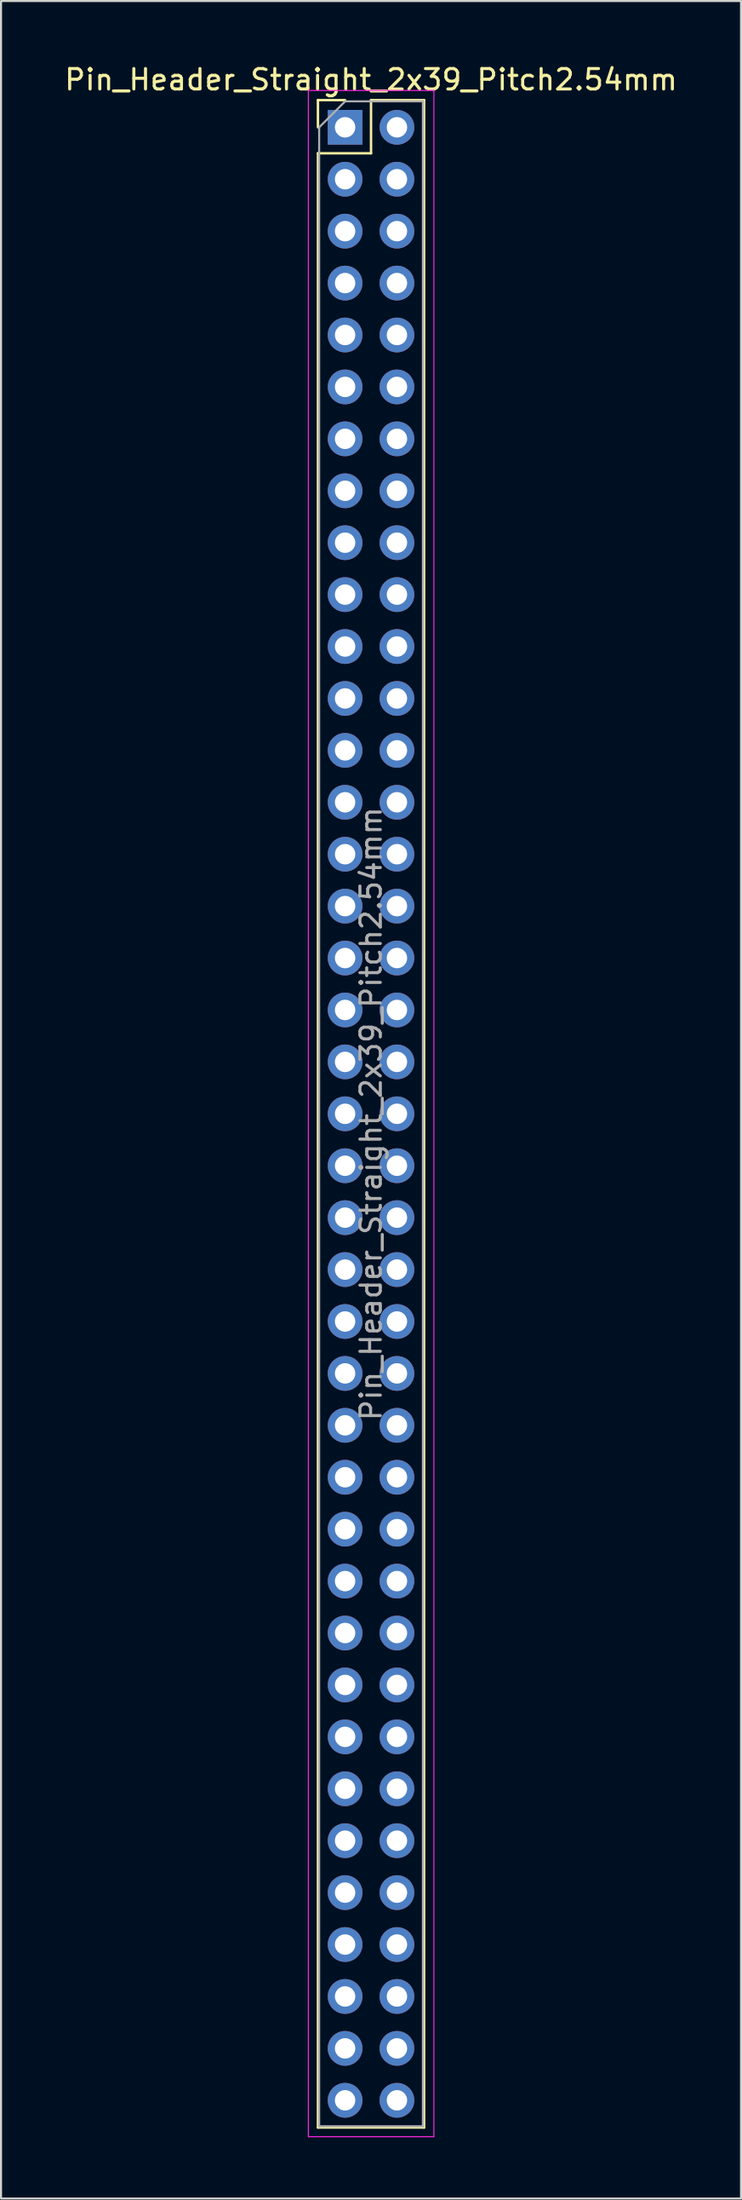
<source format=kicad_pcb>
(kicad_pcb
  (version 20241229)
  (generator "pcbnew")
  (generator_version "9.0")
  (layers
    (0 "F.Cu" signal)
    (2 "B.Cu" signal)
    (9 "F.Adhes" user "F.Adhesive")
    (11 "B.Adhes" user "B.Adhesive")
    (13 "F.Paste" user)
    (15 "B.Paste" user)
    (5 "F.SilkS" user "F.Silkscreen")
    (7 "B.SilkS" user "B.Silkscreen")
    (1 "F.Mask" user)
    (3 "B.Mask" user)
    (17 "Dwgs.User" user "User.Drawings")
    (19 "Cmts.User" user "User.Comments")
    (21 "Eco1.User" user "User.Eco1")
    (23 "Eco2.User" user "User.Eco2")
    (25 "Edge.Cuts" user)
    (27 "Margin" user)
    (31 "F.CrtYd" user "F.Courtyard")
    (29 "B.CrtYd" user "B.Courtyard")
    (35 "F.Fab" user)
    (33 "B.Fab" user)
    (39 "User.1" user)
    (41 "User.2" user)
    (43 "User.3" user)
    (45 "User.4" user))
  (footprint "Pin_Header_Straight_2x39_Pitch2.54mm"
    (layer "F.Cu")
    (at 13.855 3.178)
    (property "Reference" "Pin_Header_Straight_2x39_Pitch2.54mm" (at 1.27 -2.33 0) (layer "F.SilkS") (effects (font (size 1 1) (thickness 0.15))))
    (attr through_hole)
    (fp_line (start -1.33 -1.33) (end 0 -1.33) (stroke (width 0.12) (type solid)) (layer "F.SilkS"))
    (fp_line (start -1.33 0) (end -1.33 -1.33) (stroke (width 0.12) (type solid)) (layer "F.SilkS"))
    (fp_line (start -1.33 1.27) (end -1.33 97.85) (stroke (width 0.12) (type solid)) (layer "F.SilkS"))
    (fp_line (start -1.33 97.85) (end 3.87 97.85) (stroke (width 0.12) (type solid)) (layer "F.SilkS"))
    (fp_line (start 1.27 -1.33) (end 1.27 1.27) (stroke (width 0.12) (type solid)) (layer "F.SilkS"))
    (fp_line (start 1.27 1.27) (end -1.33 1.27) (stroke (width 0.12) (type solid)) (layer "F.SilkS"))
    (fp_line (start 3.87 -1.33) (end 1.27 -1.33) (stroke (width 0.12) (type solid)) (layer "F.SilkS"))
    (fp_line (start 3.87 97.85) (end 3.87 -1.33) (stroke (width 0.12) (type solid)) (layer "F.SilkS"))
    (fp_line (start -1.8 -1.8) (end -1.8 98.3) (stroke (width 0.05) (type solid)) (layer "F.CrtYd"))
    (fp_line (start -1.8 98.3) (end 4.35 98.3) (stroke (width 0.05) (type solid)) (layer "F.CrtYd"))
    (fp_line (start 4.35 -1.8) (end -1.8 -1.8) (stroke (width 0.05) (type solid)) (layer "F.CrtYd"))
    (fp_line (start 4.35 98.3) (end 4.35 -1.8) (stroke (width 0.05) (type solid)) (layer "F.CrtYd"))
    (fp_line (start -1.27 0) (end 0 -1.27) (stroke (width 0.1) (type solid)) (layer "F.Fab"))
    (fp_line (start -1.27 97.79) (end -1.27 0) (stroke (width 0.1) (type solid)) (layer "F.Fab"))
    (fp_line (start 0 -1.27) (end 3.81 -1.27) (stroke (width 0.1) (type solid)) (layer "F.Fab"))
    (fp_line (start 3.81 -1.27) (end 3.81 97.79) (stroke (width 0.1) (type solid)) (layer "F.Fab"))
    (fp_line (start 3.81 97.79) (end -1.27 97.79) (stroke (width 0.1) (type solid)) (layer "F.Fab"))
    (fp_text user "${REFERENCE}" (at 1.27 48.26 90) (layer "F.Fab") (effects (font (size 1 1) (thickness 0.15))))
    (pad "1" thru_hole rect (at 0 0) (size 1.7 1.7) (drill 1) (layers "*.Cu" "*.Mask"))
    (pad "2" thru_hole oval (at 2.54 0) (size 1.7 1.7) (drill 1) (layers "*.Cu" "*.Mask"))
    (pad "3" thru_hole oval (at 0 2.54) (size 1.7 1.7) (drill 1) (layers "*.Cu" "*.Mask"))
    (pad "4" thru_hole oval (at 2.54 2.54) (size 1.7 1.7) (drill 1) (layers "*.Cu" "*.Mask"))
    (pad "5" thru_hole oval (at 0 5.08) (size 1.7 1.7) (drill 1) (layers "*.Cu" "*.Mask"))
    (pad "6" thru_hole oval (at 2.54 5.08) (size 1.7 1.7) (drill 1) (layers "*.Cu" "*.Mask"))
    (pad "7" thru_hole oval (at 0 7.62) (size 1.7 1.7) (drill 1) (layers "*.Cu" "*.Mask"))
    (pad "8" thru_hole oval (at 2.54 7.62) (size 1.7 1.7) (drill 1) (layers "*.Cu" "*.Mask"))
    (pad "9" thru_hole oval (at 0 10.16) (size 1.7 1.7) (drill 1) (layers "*.Cu" "*.Mask"))
    (pad "10" thru_hole oval (at 2.54 10.16) (size 1.7 1.7) (drill 1) (layers "*.Cu" "*.Mask"))
    (pad "11" thru_hole oval (at 0 12.7) (size 1.7 1.7) (drill 1) (layers "*.Cu" "*.Mask"))
    (pad "12" thru_hole oval (at 2.54 12.7) (size 1.7 1.7) (drill 1) (layers "*.Cu" "*.Mask"))
    (pad "13" thru_hole oval (at 0 15.24) (size 1.7 1.7) (drill 1) (layers "*.Cu" "*.Mask"))
    (pad "14" thru_hole oval (at 2.54 15.24) (size 1.7 1.7) (drill 1) (layers "*.Cu" "*.Mask"))
    (pad "15" thru_hole oval (at 0 17.78) (size 1.7 1.7) (drill 1) (layers "*.Cu" "*.Mask"))
    (pad "16" thru_hole oval (at 2.54 17.78) (size 1.7 1.7) (drill 1) (layers "*.Cu" "*.Mask"))
    (pad "17" thru_hole oval (at 0 20.32) (size 1.7 1.7) (drill 1) (layers "*.Cu" "*.Mask"))
    (pad "18" thru_hole oval (at 2.54 20.32) (size 1.7 1.7) (drill 1) (layers "*.Cu" "*.Mask"))
    (pad "19" thru_hole oval (at 0 22.86) (size 1.7 1.7) (drill 1) (layers "*.Cu" "*.Mask"))
    (pad "20" thru_hole oval (at 2.54 22.86) (size 1.7 1.7) (drill 1) (layers "*.Cu" "*.Mask"))
    (pad "21" thru_hole oval (at 0 25.4) (size 1.7 1.7) (drill 1) (layers "*.Cu" "*.Mask"))
    (pad "22" thru_hole oval (at 2.54 25.4) (size 1.7 1.7) (drill 1) (layers "*.Cu" "*.Mask"))
    (pad "23" thru_hole oval (at 0 27.94) (size 1.7 1.7) (drill 1) (layers "*.Cu" "*.Mask"))
    (pad "24" thru_hole oval (at 2.54 27.94) (size 1.7 1.7) (drill 1) (layers "*.Cu" "*.Mask"))
    (pad "25" thru_hole oval (at 0 30.48) (size 1.7 1.7) (drill 1) (layers "*.Cu" "*.Mask"))
    (pad "26" thru_hole oval (at 2.54 30.48) (size 1.7 1.7) (drill 1) (layers "*.Cu" "*.Mask"))
    (pad "27" thru_hole oval (at 0 33.02) (size 1.7 1.7) (drill 1) (layers "*.Cu" "*.Mask"))
    (pad "28" thru_hole oval (at 2.54 33.02) (size 1.7 1.7) (drill 1) (layers "*.Cu" "*.Mask"))
    (pad "29" thru_hole oval (at 0 35.56) (size 1.7 1.7) (drill 1) (layers "*.Cu" "*.Mask"))
    (pad "30" thru_hole oval (at 2.54 35.56) (size 1.7 1.7) (drill 1) (layers "*.Cu" "*.Mask"))
    (pad "31" thru_hole oval (at 0 38.1) (size 1.7 1.7) (drill 1) (layers "*.Cu" "*.Mask"))
    (pad "32" thru_hole oval (at 2.54 38.1) (size 1.7 1.7) (drill 1) (layers "*.Cu" "*.Mask"))
    (pad "33" thru_hole oval (at 0 40.64) (size 1.7 1.7) (drill 1) (layers "*.Cu" "*.Mask"))
    (pad "34" thru_hole oval (at 2.54 40.64) (size 1.7 1.7) (drill 1) (layers "*.Cu" "*.Mask"))
    (pad "35" thru_hole oval (at 0 43.18) (size 1.7 1.7) (drill 1) (layers "*.Cu" "*.Mask"))
    (pad "36" thru_hole oval (at 2.54 43.18) (size 1.7 1.7) (drill 1) (layers "*.Cu" "*.Mask"))
    (pad "37" thru_hole oval (at 0 45.72) (size 1.7 1.7) (drill 1) (layers "*.Cu" "*.Mask"))
    (pad "38" thru_hole oval (at 2.54 45.72) (size 1.7 1.7) (drill 1) (layers "*.Cu" "*.Mask"))
    (pad "39" thru_hole oval (at 0 48.26) (size 1.7 1.7) (drill 1) (layers "*.Cu" "*.Mask"))
    (pad "40" thru_hole oval (at 2.54 48.26) (size 1.7 1.7) (drill 1) (layers "*.Cu" "*.Mask"))
    (pad "41" thru_hole oval (at 0 50.8) (size 1.7 1.7) (drill 1) (layers "*.Cu" "*.Mask"))
    (pad "42" thru_hole oval (at 2.54 50.8) (size 1.7 1.7) (drill 1) (layers "*.Cu" "*.Mask"))
    (pad "43" thru_hole oval (at 0 53.34) (size 1.7 1.7) (drill 1) (layers "*.Cu" "*.Mask"))
    (pad "44" thru_hole oval (at 2.54 53.34) (size 1.7 1.7) (drill 1) (layers "*.Cu" "*.Mask"))
    (pad "45" thru_hole oval (at 0 55.88) (size 1.7 1.7) (drill 1) (layers "*.Cu" "*.Mask"))
    (pad "46" thru_hole oval (at 2.54 55.88) (size 1.7 1.7) (drill 1) (layers "*.Cu" "*.Mask"))
    (pad "47" thru_hole oval (at 0 58.42) (size 1.7 1.7) (drill 1) (layers "*.Cu" "*.Mask"))
    (pad "48" thru_hole oval (at 2.54 58.42) (size 1.7 1.7) (drill 1) (layers "*.Cu" "*.Mask"))
    (pad "49" thru_hole oval (at 0 60.96) (size 1.7 1.7) (drill 1) (layers "*.Cu" "*.Mask"))
    (pad "50" thru_hole oval (at 2.54 60.96) (size 1.7 1.7) (drill 1) (layers "*.Cu" "*.Mask"))
    (pad "51" thru_hole oval (at 0 63.5) (size 1.7 1.7) (drill 1) (layers "*.Cu" "*.Mask"))
    (pad "52" thru_hole oval (at 2.54 63.5) (size 1.7 1.7) (drill 1) (layers "*.Cu" "*.Mask"))
    (pad "53" thru_hole oval (at 0 66.04) (size 1.7 1.7) (drill 1) (layers "*.Cu" "*.Mask"))
    (pad "54" thru_hole oval (at 2.54 66.04) (size 1.7 1.7) (drill 1) (layers "*.Cu" "*.Mask"))
    (pad "55" thru_hole oval (at 0 68.58) (size 1.7 1.7) (drill 1) (layers "*.Cu" "*.Mask"))
    (pad "56" thru_hole oval (at 2.54 68.58) (size 1.7 1.7) (drill 1) (layers "*.Cu" "*.Mask"))
    (pad "57" thru_hole oval (at 0 71.12) (size 1.7 1.7) (drill 1) (layers "*.Cu" "*.Mask"))
    (pad "58" thru_hole oval (at 2.54 71.12) (size 1.7 1.7) (drill 1) (layers "*.Cu" "*.Mask"))
    (pad "59" thru_hole oval (at 0 73.66) (size 1.7 1.7) (drill 1) (layers "*.Cu" "*.Mask"))
    (pad "60" thru_hole oval (at 2.54 73.66) (size 1.7 1.7) (drill 1) (layers "*.Cu" "*.Mask"))
    (pad "61" thru_hole oval (at 0 76.2) (size 1.7 1.7) (drill 1) (layers "*.Cu" "*.Mask"))
    (pad "62" thru_hole oval (at 2.54 76.2) (size 1.7 1.7) (drill 1) (layers "*.Cu" "*.Mask"))
    (pad "63" thru_hole oval (at 0 78.74) (size 1.7 1.7) (drill 1) (layers "*.Cu" "*.Mask"))
    (pad "64" thru_hole oval (at 2.54 78.74) (size 1.7 1.7) (drill 1) (layers "*.Cu" "*.Mask"))
    (pad "65" thru_hole oval (at 0 81.28) (size 1.7 1.7) (drill 1) (layers "*.Cu" "*.Mask"))
    (pad "66" thru_hole oval (at 2.54 81.28) (size 1.7 1.7) (drill 1) (layers "*.Cu" "*.Mask"))
    (pad "67" thru_hole oval (at 0 83.82) (size 1.7 1.7) (drill 1) (layers "*.Cu" "*.Mask"))
    (pad "68" thru_hole oval (at 2.54 83.82) (size 1.7 1.7) (drill 1) (layers "*.Cu" "*.Mask"))
    (pad "69" thru_hole oval (at 0 86.36) (size 1.7 1.7) (drill 1) (layers "*.Cu" "*.Mask"))
    (pad "70" thru_hole oval (at 2.54 86.36) (size 1.7 1.7) (drill 1) (layers "*.Cu" "*.Mask"))
    (pad "71" thru_hole oval (at 0 88.9) (size 1.7 1.7) (drill 1) (layers "*.Cu" "*.Mask"))
    (pad "72" thru_hole oval (at 2.54 88.9) (size 1.7 1.7) (drill 1) (layers "*.Cu" "*.Mask"))
    (pad "73" thru_hole oval (at 0 91.44) (size 1.7 1.7) (drill 1) (layers "*.Cu" "*.Mask"))
    (pad "74" thru_hole oval (at 2.54 91.44) (size 1.7 1.7) (drill 1) (layers "*.Cu" "*.Mask"))
    (pad "75" thru_hole oval (at 0 93.98) (size 1.7 1.7) (drill 1) (layers "*.Cu" "*.Mask"))
    (pad "76" thru_hole oval (at 2.54 93.98) (size 1.7 1.7) (drill 1) (layers "*.Cu" "*.Mask"))
    (pad "77" thru_hole oval (at 0 96.52) (size 1.7 1.7) (drill 1) (layers "*.Cu" "*.Mask"))
    (pad "78" thru_hole oval (at 2.54 96.52) (size 1.7 1.7) (drill 1) (layers "*.Cu" "*.Mask")))
  (gr_rect
    (start -3 -3)
    (end 33.25 104.503)
    (stroke (width 0.1) (type default))
    (fill no)
    (layer "Edge.Cuts")))
</source>
